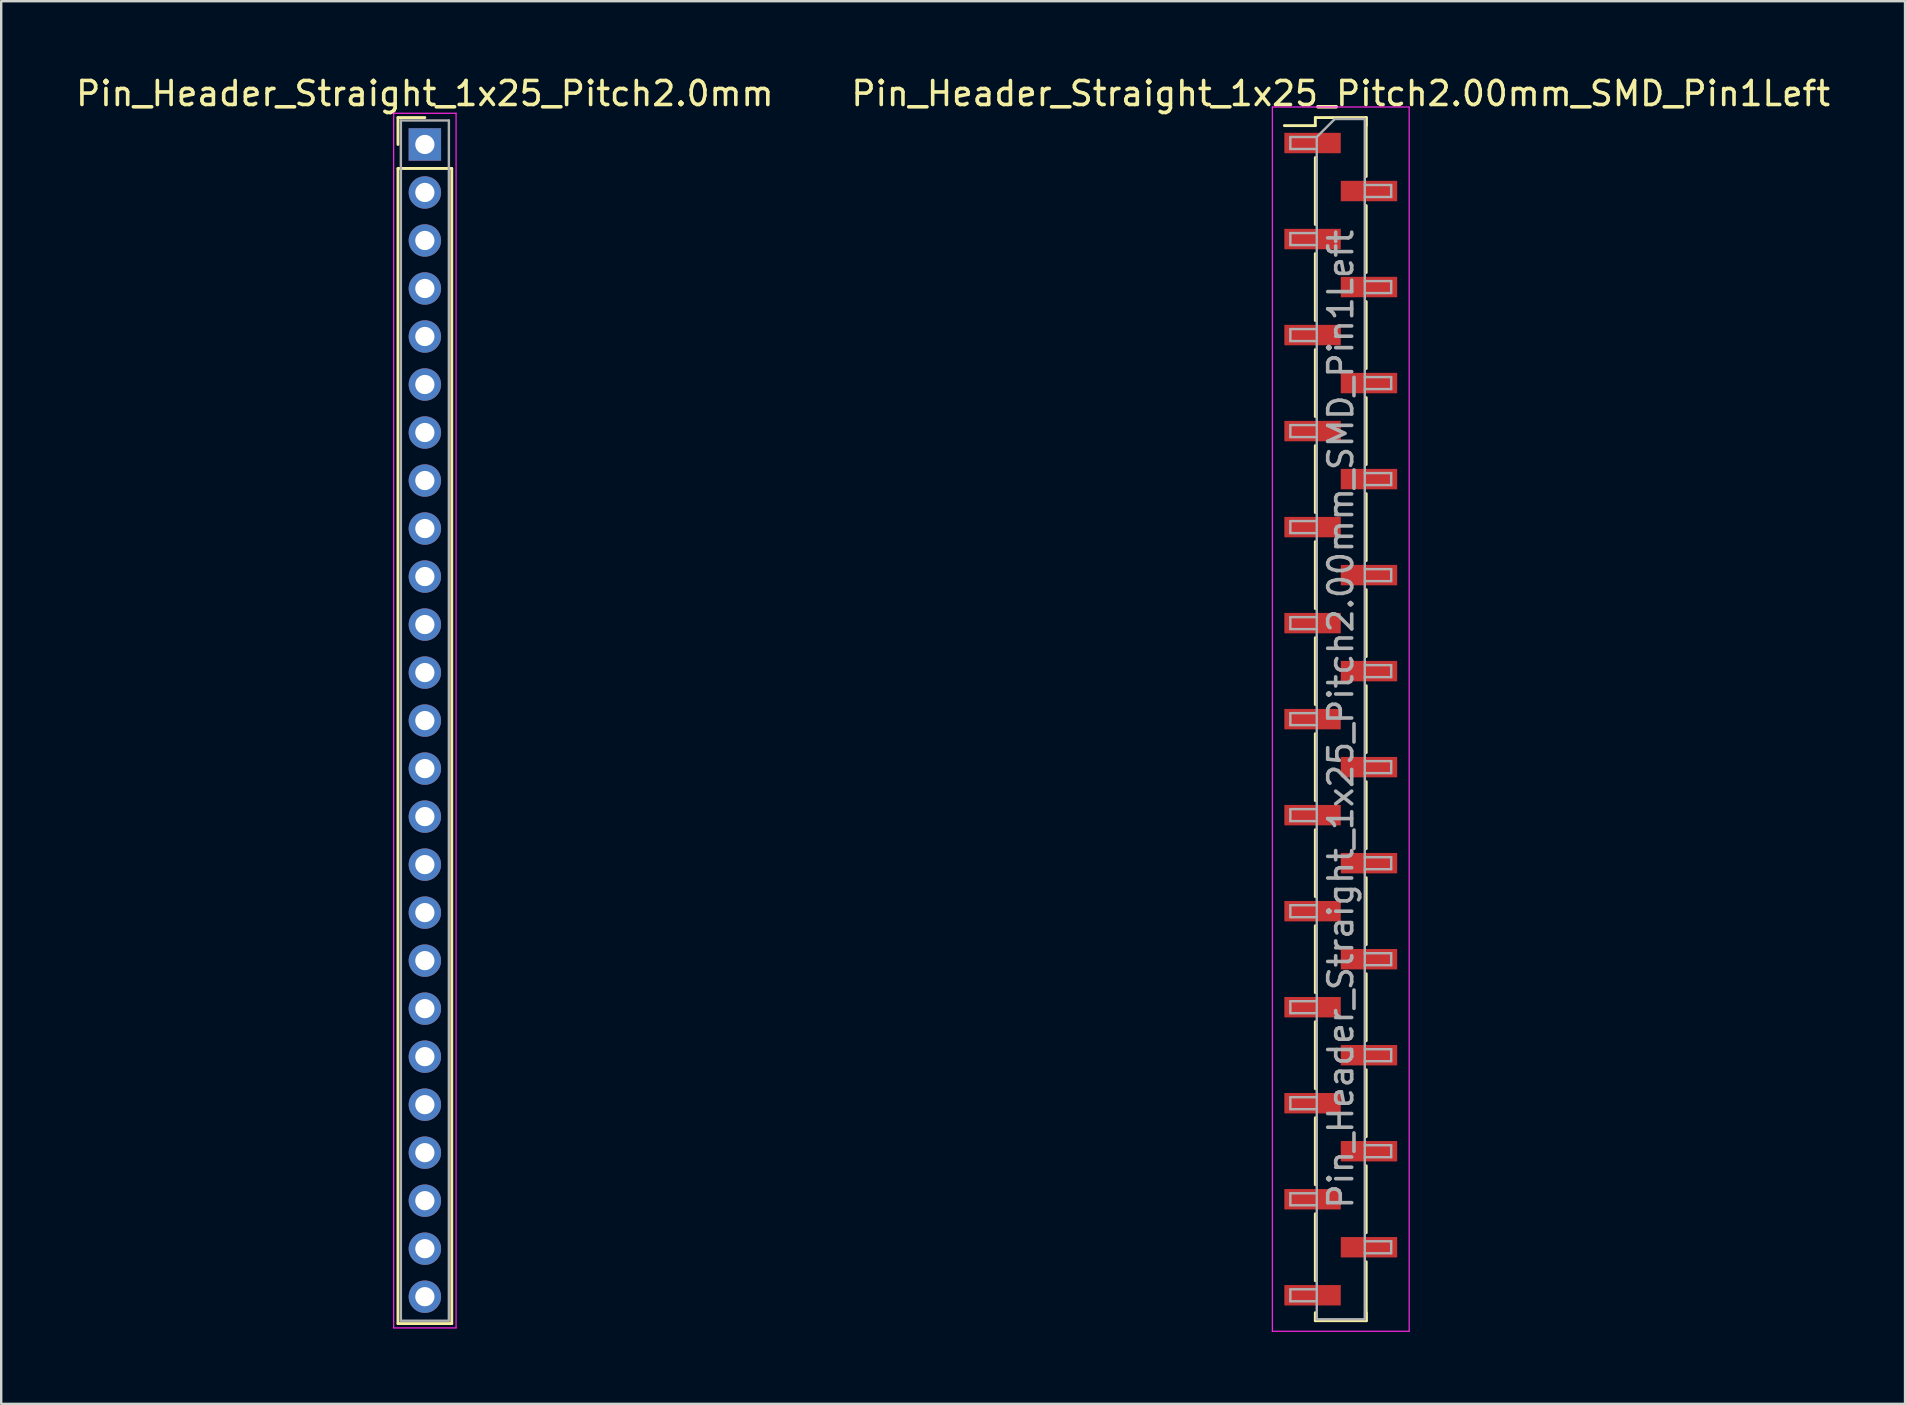
<source format=kicad_pcb>
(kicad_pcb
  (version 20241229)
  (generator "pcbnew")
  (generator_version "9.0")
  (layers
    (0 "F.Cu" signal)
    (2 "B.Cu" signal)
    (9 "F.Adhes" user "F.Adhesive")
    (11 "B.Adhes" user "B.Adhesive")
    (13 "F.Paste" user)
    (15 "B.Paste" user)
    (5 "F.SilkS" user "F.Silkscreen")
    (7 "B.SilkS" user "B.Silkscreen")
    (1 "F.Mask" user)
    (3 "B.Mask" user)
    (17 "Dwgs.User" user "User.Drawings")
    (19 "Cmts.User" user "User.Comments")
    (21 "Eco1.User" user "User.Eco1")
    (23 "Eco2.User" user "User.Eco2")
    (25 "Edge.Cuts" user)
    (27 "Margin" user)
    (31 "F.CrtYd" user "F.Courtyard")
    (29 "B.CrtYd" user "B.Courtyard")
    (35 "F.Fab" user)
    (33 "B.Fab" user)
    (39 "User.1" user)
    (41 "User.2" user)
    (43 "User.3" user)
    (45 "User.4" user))
  (footprint "Pin_Header_Straight_1x25_Pitch2.0mm"
    (layer "F.Cu")
    (at 14.649 2.968)
    (property "Reference" "Pin_Header_Straight_1x25_Pitch2.0mm" (at 0 -2.12 0) (layer "F.SilkS") (effects (font (size 1 1) (thickness 0.15))))
    (attr through_hole)
    (fp_line (start -1.12 -1.12) (end 0 -1.12) (stroke (width 0.12) (type solid)) (layer "F.SilkS"))
    (fp_line (start -1.12 0) (end -1.12 -1.12) (stroke (width 0.12) (type solid)) (layer "F.SilkS"))
    (fp_line (start -1.12 1) (end -1.12 49.12) (stroke (width 0.12) (type solid)) (layer "F.SilkS"))
    (fp_line (start -1.12 49.12) (end 1.12 49.12) (stroke (width 0.12) (type solid)) (layer "F.SilkS"))
    (fp_line (start 1.12 1) (end -1.12 1) (stroke (width 0.12) (type solid)) (layer "F.SilkS"))
    (fp_line (start 1.12 49.12) (end 1.12 1) (stroke (width 0.12) (type solid)) (layer "F.SilkS"))
    (fp_line (start -1.3 -1.3) (end -1.3 49.3) (stroke (width 0.05) (type solid)) (layer "F.CrtYd"))
    (fp_line (start -1.3 49.3) (end 1.3 49.3) (stroke (width 0.05) (type solid)) (layer "F.CrtYd"))
    (fp_line (start 1.3 -1.3) (end -1.3 -1.3) (stroke (width 0.05) (type solid)) (layer "F.CrtYd"))
    (fp_line (start 1.3 49.3) (end 1.3 -1.3) (stroke (width 0.05) (type solid)) (layer "F.CrtYd"))
    (fp_line (start -1 -1) (end -1 49) (stroke (width 0.1) (type solid)) (layer "F.Fab"))
    (fp_line (start -1 49) (end 1 49) (stroke (width 0.1) (type solid)) (layer "F.Fab"))
    (fp_line (start 1 -1) (end -1 -1) (stroke (width 0.1) (type solid)) (layer "F.Fab"))
    (fp_line (start 1 49) (end 1 -1) (stroke (width 0.1) (type solid)) (layer "F.Fab"))
    (pad "1" thru_hole rect (at 0 0) (size 1.35 1.35) (drill 0.8) (layers "*.Cu" "*.Mask"))
    (pad "2" thru_hole oval (at 0 2) (size 1.35 1.35) (drill 0.8) (layers "*.Cu" "*.Mask"))
    (pad "3" thru_hole oval (at 0 4) (size 1.35 1.35) (drill 0.8) (layers "*.Cu" "*.Mask"))
    (pad "4" thru_hole oval (at 0 6) (size 1.35 1.35) (drill 0.8) (layers "*.Cu" "*.Mask"))
    (pad "5" thru_hole oval (at 0 8) (size 1.35 1.35) (drill 0.8) (layers "*.Cu" "*.Mask"))
    (pad "6" thru_hole oval (at 0 10) (size 1.35 1.35) (drill 0.8) (layers "*.Cu" "*.Mask"))
    (pad "7" thru_hole oval (at 0 12) (size 1.35 1.35) (drill 0.8) (layers "*.Cu" "*.Mask"))
    (pad "8" thru_hole oval (at 0 14) (size 1.35 1.35) (drill 0.8) (layers "*.Cu" "*.Mask"))
    (pad "9" thru_hole oval (at 0 16) (size 1.35 1.35) (drill 0.8) (layers "*.Cu" "*.Mask"))
    (pad "10" thru_hole oval (at 0 18) (size 1.35 1.35) (drill 0.8) (layers "*.Cu" "*.Mask"))
    (pad "11" thru_hole oval (at 0 20) (size 1.35 1.35) (drill 0.8) (layers "*.Cu" "*.Mask"))
    (pad "12" thru_hole oval (at 0 22) (size 1.35 1.35) (drill 0.8) (layers "*.Cu" "*.Mask"))
    (pad "13" thru_hole oval (at 0 24) (size 1.35 1.35) (drill 0.8) (layers "*.Cu" "*.Mask"))
    (pad "14" thru_hole oval (at 0 26) (size 1.35 1.35) (drill 0.8) (layers "*.Cu" "*.Mask"))
    (pad "15" thru_hole oval (at 0 28) (size 1.35 1.35) (drill 0.8) (layers "*.Cu" "*.Mask"))
    (pad "16" thru_hole oval (at 0 30) (size 1.35 1.35) (drill 0.8) (layers "*.Cu" "*.Mask"))
    (pad "17" thru_hole oval (at 0 32) (size 1.35 1.35) (drill 0.8) (layers "*.Cu" "*.Mask"))
    (pad "18" thru_hole oval (at 0 34) (size 1.35 1.35) (drill 0.8) (layers "*.Cu" "*.Mask"))
    (pad "19" thru_hole oval (at 0 36) (size 1.35 1.35) (drill 0.8) (layers "*.Cu" "*.Mask"))
    (pad "20" thru_hole oval (at 0 38) (size 1.35 1.35) (drill 0.8) (layers "*.Cu" "*.Mask"))
    (pad "21" thru_hole oval (at 0 40) (size 1.35 1.35) (drill 0.8) (layers "*.Cu" "*.Mask"))
    (pad "22" thru_hole oval (at 0 42) (size 1.35 1.35) (drill 0.8) (layers "*.Cu" "*.Mask"))
    (pad "23" thru_hole oval (at 0 44) (size 1.35 1.35) (drill 0.8) (layers "*.Cu" "*.Mask"))
    (pad "24" thru_hole oval (at 0 46) (size 1.35 1.35) (drill 0.8) (layers "*.Cu" "*.Mask"))
    (pad "25" thru_hole oval (at 0 48) (size 1.35 1.35) (drill 0.8) (layers "*.Cu" "*.Mask")))
  (footprint "Pin_Header_Straight_1x25_Pitch2.00mm_SMD_Pin1Left"
    (layer "F.Cu")
    (at 52.804 26.908)
    (property "Reference" "Pin_Header_Straight_1x25_Pitch2.00mm_SMD_Pin1Left" (at 0 -26.06 0) (layer "F.SilkS") (effects (font (size 1 1) (thickness 0.15))))
    (attr smd)
    (fp_line (start -1.06 -25.06) (end 1.06 -25.06) (stroke (width 0.12) (type solid)) (layer "F.SilkS"))
    (fp_line (start -1.06 -24.725) (end -2.35 -24.725) (stroke (width 0.12) (type solid)) (layer "F.SilkS"))
    (fp_line (start -1.06 -24.725) (end -1.06 -25.06) (stroke (width 0.12) (type solid)) (layer "F.SilkS"))
    (fp_line (start -1.06 -23.395) (end -1.06 -20.605) (stroke (width 0.12) (type solid)) (layer "F.SilkS"))
    (fp_line (start -1.06 -19.395) (end -1.06 -16.605) (stroke (width 0.12) (type solid)) (layer "F.SilkS"))
    (fp_line (start -1.06 -15.395) (end -1.06 -12.605) (stroke (width 0.12) (type solid)) (layer "F.SilkS"))
    (fp_line (start -1.06 -11.395) (end -1.06 -8.605) (stroke (width 0.12) (type solid)) (layer "F.SilkS"))
    (fp_line (start -1.06 -7.395) (end -1.06 -4.605) (stroke (width 0.12) (type solid)) (layer "F.SilkS"))
    (fp_line (start -1.06 -3.395) (end -1.06 -0.605) (stroke (width 0.12) (type solid)) (layer "F.SilkS"))
    (fp_line (start -1.06 0.605) (end -1.06 3.395) (stroke (width 0.12) (type solid)) (layer "F.SilkS"))
    (fp_line (start -1.06 4.605) (end -1.06 7.395) (stroke (width 0.12) (type solid)) (layer "F.SilkS"))
    (fp_line (start -1.06 8.605) (end -1.06 11.395) (stroke (width 0.12) (type solid)) (layer "F.SilkS"))
    (fp_line (start -1.06 12.605) (end -1.06 15.395) (stroke (width 0.12) (type solid)) (layer "F.SilkS"))
    (fp_line (start -1.06 16.605) (end -1.06 19.395) (stroke (width 0.12) (type solid)) (layer "F.SilkS"))
    (fp_line (start -1.06 20.605) (end -1.06 23.395) (stroke (width 0.12) (type solid)) (layer "F.SilkS"))
    (fp_line (start -1.06 24.725) (end -1.06 25.06) (stroke (width 0.12) (type solid)) (layer "F.SilkS"))
    (fp_line (start -1.06 25.06) (end 1.06 25.06) (stroke (width 0.12) (type solid)) (layer "F.SilkS"))
    (fp_line (start 1.06 -25.06) (end 1.06 -24.725) (stroke (width 0.12) (type solid)) (layer "F.SilkS"))
    (fp_line (start 1.06 -25.06) (end 1.06 -22.605) (stroke (width 0.12) (type solid)) (layer "F.SilkS"))
    (fp_line (start 1.06 -21.395) (end 1.06 -18.605) (stroke (width 0.12) (type solid)) (layer "F.SilkS"))
    (fp_line (start 1.06 -17.395) (end 1.06 -14.605) (stroke (width 0.12) (type solid)) (layer "F.SilkS"))
    (fp_line (start 1.06 -13.395) (end 1.06 -10.605) (stroke (width 0.12) (type solid)) (layer "F.SilkS"))
    (fp_line (start 1.06 -9.395) (end 1.06 -6.605) (stroke (width 0.12) (type solid)) (layer "F.SilkS"))
    (fp_line (start 1.06 -5.395) (end 1.06 -2.605) (stroke (width 0.12) (type solid)) (layer "F.SilkS"))
    (fp_line (start 1.06 -1.395) (end 1.06 1.395) (stroke (width 0.12) (type solid)) (layer "F.SilkS"))
    (fp_line (start 1.06 2.605) (end 1.06 5.395) (stroke (width 0.12) (type solid)) (layer "F.SilkS"))
    (fp_line (start 1.06 6.605) (end 1.06 9.395) (stroke (width 0.12) (type solid)) (layer "F.SilkS"))
    (fp_line (start 1.06 10.605) (end 1.06 13.395) (stroke (width 0.12) (type solid)) (layer "F.SilkS"))
    (fp_line (start 1.06 14.605) (end 1.06 17.395) (stroke (width 0.12) (type solid)) (layer "F.SilkS"))
    (fp_line (start 1.06 18.605) (end 1.06 21.395) (stroke (width 0.12) (type solid)) (layer "F.SilkS"))
    (fp_line (start 1.06 22.605) (end 1.06 25.06) (stroke (width 0.12) (type solid)) (layer "F.SilkS"))
    (fp_line (start 1.06 25.06) (end 1.06 24.725) (stroke (width 0.12) (type solid)) (layer "F.SilkS"))
    (fp_line (start -2.85 -25.5) (end -2.85 25.5) (stroke (width 0.05) (type solid)) (layer "F.CrtYd"))
    (fp_line (start -2.85 25.5) (end 2.85 25.5) (stroke (width 0.05) (type solid)) (layer "F.CrtYd"))
    (fp_line (start 2.85 -25.5) (end -2.85 -25.5) (stroke (width 0.05) (type solid)) (layer "F.CrtYd"))
    (fp_line (start 2.85 25.5) (end 2.85 -25.5) (stroke (width 0.05) (type solid)) (layer "F.CrtYd"))
    (fp_line (start -2.1 -24.25) (end -2.1 -23.75) (stroke (width 0.1) (type solid)) (layer "F.Fab"))
    (fp_line (start -2.1 -23.75) (end -1 -23.75) (stroke (width 0.1) (type solid)) (layer "F.Fab"))
    (fp_line (start -2.1 -20.25) (end -2.1 -19.75) (stroke (width 0.1) (type solid)) (layer "F.Fab"))
    (fp_line (start -2.1 -19.75) (end -1 -19.75) (stroke (width 0.1) (type solid)) (layer "F.Fab"))
    (fp_line (start -2.1 -16.25) (end -2.1 -15.75) (stroke (width 0.1) (type solid)) (layer "F.Fab"))
    (fp_line (start -2.1 -15.75) (end -1 -15.75) (stroke (width 0.1) (type solid)) (layer "F.Fab"))
    (fp_line (start -2.1 -12.25) (end -2.1 -11.75) (stroke (width 0.1) (type solid)) (layer "F.Fab"))
    (fp_line (start -2.1 -11.75) (end -1 -11.75) (stroke (width 0.1) (type solid)) (layer "F.Fab"))
    (fp_line (start -2.1 -8.25) (end -2.1 -7.75) (stroke (width 0.1) (type solid)) (layer "F.Fab"))
    (fp_line (start -2.1 -7.75) (end -1 -7.75) (stroke (width 0.1) (type solid)) (layer "F.Fab"))
    (fp_line (start -2.1 -4.25) (end -2.1 -3.75) (stroke (width 0.1) (type solid)) (layer "F.Fab"))
    (fp_line (start -2.1 -3.75) (end -1 -3.75) (stroke (width 0.1) (type solid)) (layer "F.Fab"))
    (fp_line (start -2.1 -0.25) (end -2.1 0.25) (stroke (width 0.1) (type solid)) (layer "F.Fab"))
    (fp_line (start -2.1 0.25) (end -1 0.25) (stroke (width 0.1) (type solid)) (layer "F.Fab"))
    (fp_line (start -2.1 3.75) (end -2.1 4.25) (stroke (width 0.1) (type solid)) (layer "F.Fab"))
    (fp_line (start -2.1 4.25) (end -1 4.25) (stroke (width 0.1) (type solid)) (layer "F.Fab"))
    (fp_line (start -2.1 7.75) (end -2.1 8.25) (stroke (width 0.1) (type solid)) (layer "F.Fab"))
    (fp_line (start -2.1 8.25) (end -1 8.25) (stroke (width 0.1) (type solid)) (layer "F.Fab"))
    (fp_line (start -2.1 11.75) (end -2.1 12.25) (stroke (width 0.1) (type solid)) (layer "F.Fab"))
    (fp_line (start -2.1 12.25) (end -1 12.25) (stroke (width 0.1) (type solid)) (layer "F.Fab"))
    (fp_line (start -2.1 15.75) (end -2.1 16.25) (stroke (width 0.1) (type solid)) (layer "F.Fab"))
    (fp_line (start -2.1 16.25) (end -1 16.25) (stroke (width 0.1) (type solid)) (layer "F.Fab"))
    (fp_line (start -2.1 19.75) (end -2.1 20.25) (stroke (width 0.1) (type solid)) (layer "F.Fab"))
    (fp_line (start -2.1 20.25) (end -1 20.25) (stroke (width 0.1) (type solid)) (layer "F.Fab"))
    (fp_line (start -2.1 23.75) (end -2.1 24.25) (stroke (width 0.1) (type solid)) (layer "F.Fab"))
    (fp_line (start -2.1 24.25) (end -1 24.25) (stroke (width 0.1) (type solid)) (layer "F.Fab"))
    (fp_line (start -1 -24.25) (end -2.1 -24.25) (stroke (width 0.1) (type solid)) (layer "F.Fab"))
    (fp_line (start -1 -24.25) (end -0.25 -25) (stroke (width 0.1) (type solid)) (layer "F.Fab"))
    (fp_line (start -1 -20.25) (end -2.1 -20.25) (stroke (width 0.1) (type solid)) (layer "F.Fab"))
    (fp_line (start -1 -16.25) (end -2.1 -16.25) (stroke (width 0.1) (type solid)) (layer "F.Fab"))
    (fp_line (start -1 -12.25) (end -2.1 -12.25) (stroke (width 0.1) (type solid)) (layer "F.Fab"))
    (fp_line (start -1 -8.25) (end -2.1 -8.25) (stroke (width 0.1) (type solid)) (layer "F.Fab"))
    (fp_line (start -1 -4.25) (end -2.1 -4.25) (stroke (width 0.1) (type solid)) (layer "F.Fab"))
    (fp_line (start -1 -0.25) (end -2.1 -0.25) (stroke (width 0.1) (type solid)) (layer "F.Fab"))
    (fp_line (start -1 3.75) (end -2.1 3.75) (stroke (width 0.1) (type solid)) (layer "F.Fab"))
    (fp_line (start -1 7.75) (end -2.1 7.75) (stroke (width 0.1) (type solid)) (layer "F.Fab"))
    (fp_line (start -1 11.75) (end -2.1 11.75) (stroke (width 0.1) (type solid)) (layer "F.Fab"))
    (fp_line (start -1 15.75) (end -2.1 15.75) (stroke (width 0.1) (type solid)) (layer "F.Fab"))
    (fp_line (start -1 19.75) (end -2.1 19.75) (stroke (width 0.1) (type solid)) (layer "F.Fab"))
    (fp_line (start -1 23.75) (end -2.1 23.75) (stroke (width 0.1) (type solid)) (layer "F.Fab"))
    (fp_line (start -1 25) (end -1 -24.25) (stroke (width 0.1) (type solid)) (layer "F.Fab"))
    (fp_line (start -0.25 -25) (end 1 -25) (stroke (width 0.1) (type solid)) (layer "F.Fab"))
    (fp_line (start 1 -25) (end 1 25) (stroke (width 0.1) (type solid)) (layer "F.Fab"))
    (fp_line (start 1 -22.25) (end 2.1 -22.25) (stroke (width 0.1) (type solid)) (layer "F.Fab"))
    (fp_line (start 1 -18.25) (end 2.1 -18.25) (stroke (width 0.1) (type solid)) (layer "F.Fab"))
    (fp_line (start 1 -14.25) (end 2.1 -14.25) (stroke (width 0.1) (type solid)) (layer "F.Fab"))
    (fp_line (start 1 -10.25) (end 2.1 -10.25) (stroke (width 0.1) (type solid)) (layer "F.Fab"))
    (fp_line (start 1 -6.25) (end 2.1 -6.25) (stroke (width 0.1) (type solid)) (layer "F.Fab"))
    (fp_line (start 1 -2.25) (end 2.1 -2.25) (stroke (width 0.1) (type solid)) (layer "F.Fab"))
    (fp_line (start 1 1.75) (end 2.1 1.75) (stroke (width 0.1) (type solid)) (layer "F.Fab"))
    (fp_line (start 1 5.75) (end 2.1 5.75) (stroke (width 0.1) (type solid)) (layer "F.Fab"))
    (fp_line (start 1 9.75) (end 2.1 9.75) (stroke (width 0.1) (type solid)) (layer "F.Fab"))
    (fp_line (start 1 13.75) (end 2.1 13.75) (stroke (width 0.1) (type solid)) (layer "F.Fab"))
    (fp_line (start 1 17.75) (end 2.1 17.75) (stroke (width 0.1) (type solid)) (layer "F.Fab"))
    (fp_line (start 1 21.75) (end 2.1 21.75) (stroke (width 0.1) (type solid)) (layer "F.Fab"))
    (fp_line (start 1 25) (end -1 25) (stroke (width 0.1) (type solid)) (layer "F.Fab"))
    (fp_line (start 2.1 -22.25) (end 2.1 -21.75) (stroke (width 0.1) (type solid)) (layer "F.Fab"))
    (fp_line (start 2.1 -21.75) (end 1 -21.75) (stroke (width 0.1) (type solid)) (layer "F.Fab"))
    (fp_line (start 2.1 -18.25) (end 2.1 -17.75) (stroke (width 0.1) (type solid)) (layer "F.Fab"))
    (fp_line (start 2.1 -17.75) (end 1 -17.75) (stroke (width 0.1) (type solid)) (layer "F.Fab"))
    (fp_line (start 2.1 -14.25) (end 2.1 -13.75) (stroke (width 0.1) (type solid)) (layer "F.Fab"))
    (fp_line (start 2.1 -13.75) (end 1 -13.75) (stroke (width 0.1) (type solid)) (layer "F.Fab"))
    (fp_line (start 2.1 -10.25) (end 2.1 -9.75) (stroke (width 0.1) (type solid)) (layer "F.Fab"))
    (fp_line (start 2.1 -9.75) (end 1 -9.75) (stroke (width 0.1) (type solid)) (layer "F.Fab"))
    (fp_line (start 2.1 -6.25) (end 2.1 -5.75) (stroke (width 0.1) (type solid)) (layer "F.Fab"))
    (fp_line (start 2.1 -5.75) (end 1 -5.75) (stroke (width 0.1) (type solid)) (layer "F.Fab"))
    (fp_line (start 2.1 -2.25) (end 2.1 -1.75) (stroke (width 0.1) (type solid)) (layer "F.Fab"))
    (fp_line (start 2.1 -1.75) (end 1 -1.75) (stroke (width 0.1) (type solid)) (layer "F.Fab"))
    (fp_line (start 2.1 1.75) (end 2.1 2.25) (stroke (width 0.1) (type solid)) (layer "F.Fab"))
    (fp_line (start 2.1 2.25) (end 1 2.25) (stroke (width 0.1) (type solid)) (layer "F.Fab"))
    (fp_line (start 2.1 5.75) (end 2.1 6.25) (stroke (width 0.1) (type solid)) (layer "F.Fab"))
    (fp_line (start 2.1 6.25) (end 1 6.25) (stroke (width 0.1) (type solid)) (layer "F.Fab"))
    (fp_line (start 2.1 9.75) (end 2.1 10.25) (stroke (width 0.1) (type solid)) (layer "F.Fab"))
    (fp_line (start 2.1 10.25) (end 1 10.25) (stroke (width 0.1) (type solid)) (layer "F.Fab"))
    (fp_line (start 2.1 13.75) (end 2.1 14.25) (stroke (width 0.1) (type solid)) (layer "F.Fab"))
    (fp_line (start 2.1 14.25) (end 1 14.25) (stroke (width 0.1) (type solid)) (layer "F.Fab"))
    (fp_line (start 2.1 17.75) (end 2.1 18.25) (stroke (width 0.1) (type solid)) (layer "F.Fab"))
    (fp_line (start 2.1 18.25) (end 1 18.25) (stroke (width 0.1) (type solid)) (layer "F.Fab"))
    (fp_line (start 2.1 21.75) (end 2.1 22.25) (stroke (width 0.1) (type solid)) (layer "F.Fab"))
    (fp_line (start 2.1 22.25) (end 1 22.25) (stroke (width 0.1) (type solid)) (layer "F.Fab"))
    (fp_text user "${REFERENCE}" (at 0 0 90) (layer "F.Fab") (effects (font (size 1 1) (thickness 0.15))))
    (pad "1" smd rect (at -1.175 -24) (size 2.35 0.85) (layers "F.Cu" "F.Mask" "F.Paste"))
    (pad "2" smd rect (at 1.175 -22) (size 2.35 0.85) (layers "F.Cu" "F.Mask" "F.Paste"))
    (pad "3" smd rect (at -1.175 -20) (size 2.35 0.85) (layers "F.Cu" "F.Mask" "F.Paste"))
    (pad "4" smd rect (at 1.175 -18) (size 2.35 0.85) (layers "F.Cu" "F.Mask" "F.Paste"))
    (pad "5" smd rect (at -1.175 -16) (size 2.35 0.85) (layers "F.Cu" "F.Mask" "F.Paste"))
    (pad "6" smd rect (at 1.175 -14) (size 2.35 0.85) (layers "F.Cu" "F.Mask" "F.Paste"))
    (pad "7" smd rect (at -1.175 -12) (size 2.35 0.85) (layers "F.Cu" "F.Mask" "F.Paste"))
    (pad "8" smd rect (at 1.175 -10) (size 2.35 0.85) (layers "F.Cu" "F.Mask" "F.Paste"))
    (pad "9" smd rect (at -1.175 -8) (size 2.35 0.85) (layers "F.Cu" "F.Mask" "F.Paste"))
    (pad "10" smd rect (at 1.175 -6) (size 2.35 0.85) (layers "F.Cu" "F.Mask" "F.Paste"))
    (pad "11" smd rect (at -1.175 -4) (size 2.35 0.85) (layers "F.Cu" "F.Mask" "F.Paste"))
    (pad "12" smd rect (at 1.175 -2) (size 2.35 0.85) (layers "F.Cu" "F.Mask" "F.Paste"))
    (pad "13" smd rect (at -1.175 0) (size 2.35 0.85) (layers "F.Cu" "F.Mask" "F.Paste"))
    (pad "14" smd rect (at 1.175 2) (size 2.35 0.85) (layers "F.Cu" "F.Mask" "F.Paste"))
    (pad "15" smd rect (at -1.175 4) (size 2.35 0.85) (layers "F.Cu" "F.Mask" "F.Paste"))
    (pad "16" smd rect (at 1.175 6) (size 2.35 0.85) (layers "F.Cu" "F.Mask" "F.Paste"))
    (pad "17" smd rect (at -1.175 8) (size 2.35 0.85) (layers "F.Cu" "F.Mask" "F.Paste"))
    (pad "18" smd rect (at 1.175 10) (size 2.35 0.85) (layers "F.Cu" "F.Mask" "F.Paste"))
    (pad "19" smd rect (at -1.175 12) (size 2.35 0.85) (layers "F.Cu" "F.Mask" "F.Paste"))
    (pad "20" smd rect (at 1.175 14) (size 2.35 0.85) (layers "F.Cu" "F.Mask" "F.Paste"))
    (pad "21" smd rect (at -1.175 16) (size 2.35 0.85) (layers "F.Cu" "F.Mask" "F.Paste"))
    (pad "22" smd rect (at 1.175 18) (size 2.35 0.85) (layers "F.Cu" "F.Mask" "F.Paste"))
    (pad "23" smd rect (at -1.175 20) (size 2.35 0.85) (layers "F.Cu" "F.Mask" "F.Paste"))
    (pad "24" smd rect (at 1.175 22) (size 2.35 0.85) (layers "F.Cu" "F.Mask" "F.Paste"))
    (pad "25" smd rect (at -1.175 24) (size 2.35 0.85) (layers "F.Cu" "F.Mask" "F.Paste")))
  (gr_rect
    (start -3 -3)
    (end 76.31 55.433)
    (stroke (width 0.1) (type default))
    (fill no)
    (layer "Edge.Cuts")))
</source>
